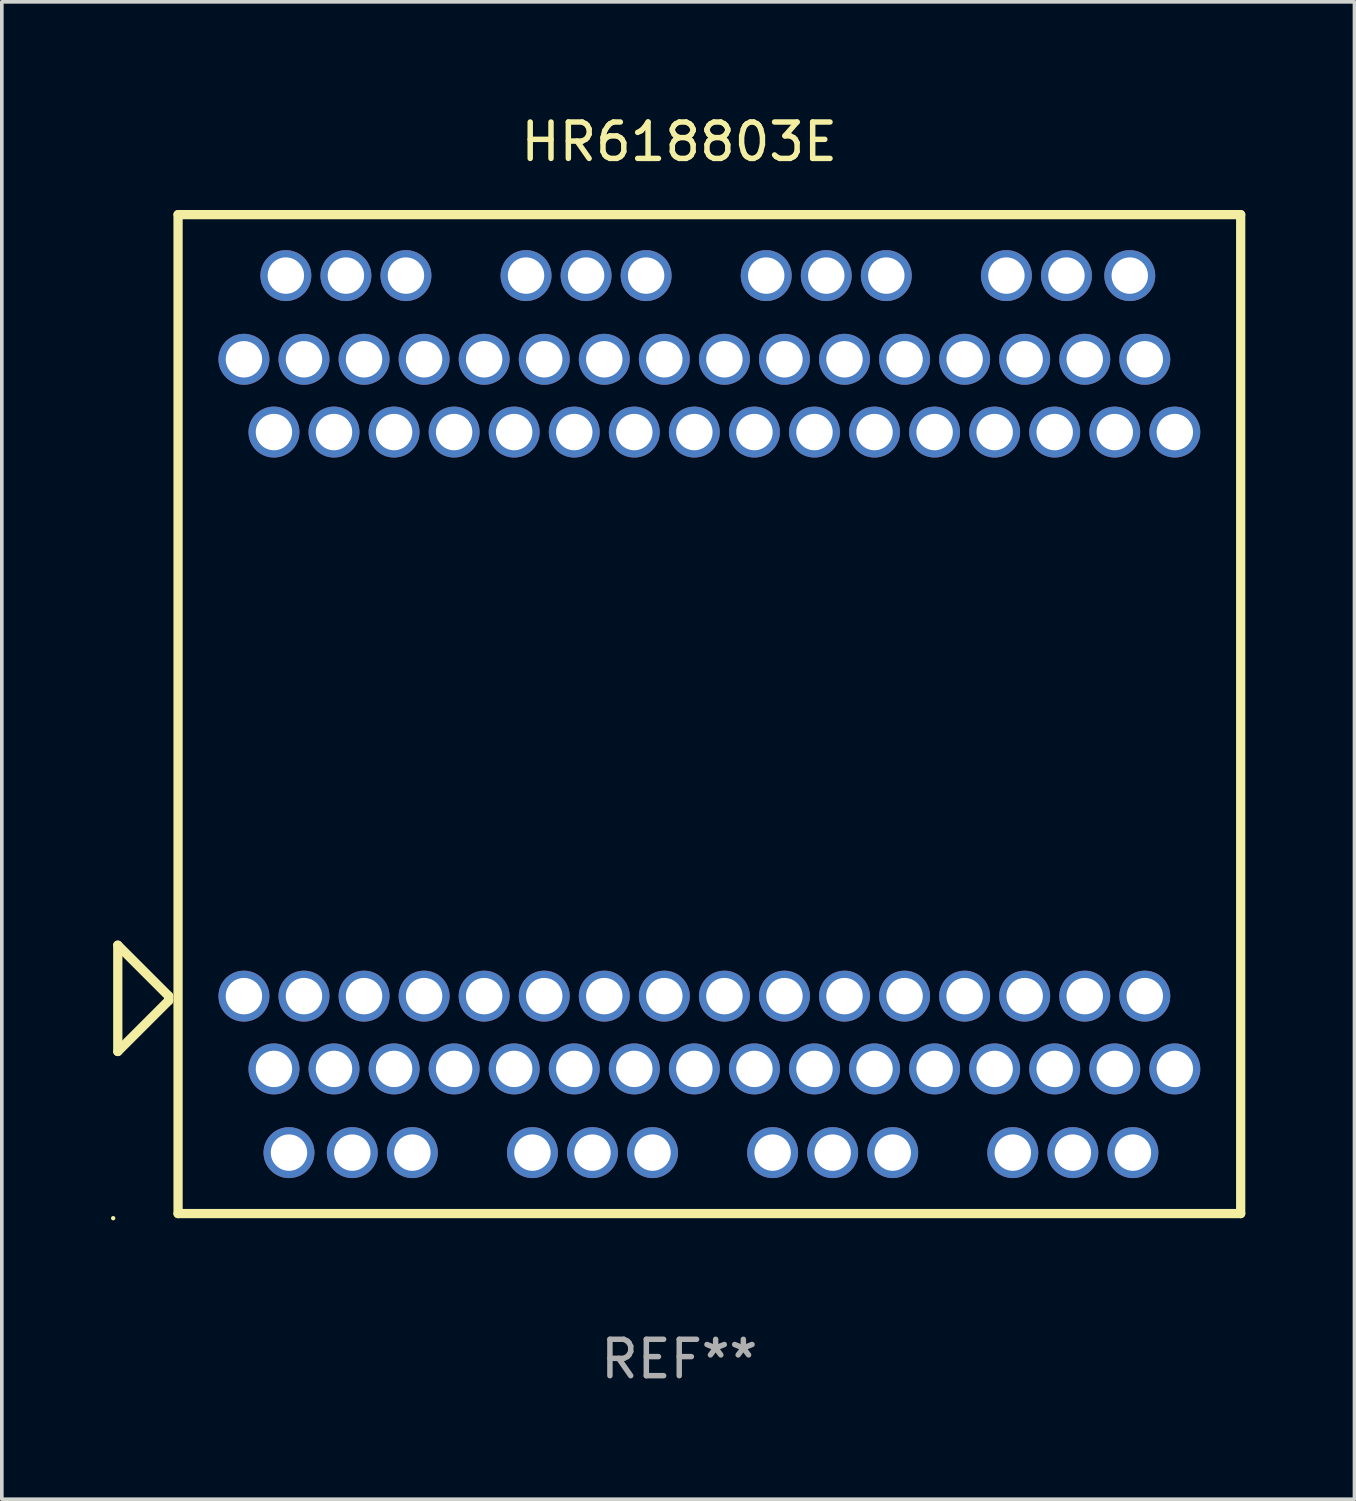
<source format=kicad_pcb>
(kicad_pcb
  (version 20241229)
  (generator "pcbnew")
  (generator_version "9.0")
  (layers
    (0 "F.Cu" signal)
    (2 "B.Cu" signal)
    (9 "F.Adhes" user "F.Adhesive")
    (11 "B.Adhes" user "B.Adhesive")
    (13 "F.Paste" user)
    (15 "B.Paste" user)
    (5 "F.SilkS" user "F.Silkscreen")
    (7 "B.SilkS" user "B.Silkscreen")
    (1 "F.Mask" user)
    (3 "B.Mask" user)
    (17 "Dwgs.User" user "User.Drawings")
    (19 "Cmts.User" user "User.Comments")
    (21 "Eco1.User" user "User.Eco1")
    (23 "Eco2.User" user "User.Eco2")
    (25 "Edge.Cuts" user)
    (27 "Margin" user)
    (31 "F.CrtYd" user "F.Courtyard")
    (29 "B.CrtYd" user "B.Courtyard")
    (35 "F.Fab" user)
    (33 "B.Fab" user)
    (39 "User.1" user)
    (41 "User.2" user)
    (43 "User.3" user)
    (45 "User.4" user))
  (footprint "HR618803E"
    (layer "F.Cu")
    (at 15.615 16.573)
    (property "Reference" "HR618803E" (at 0 -15.725 0) (layer "F.SilkS") (effects (font (size 1 1) (thickness 0.15))))
    (attr through_hole)
    (fp_line (start -15.428 6.35) (end -14.031 7.747) (stroke (width 0.254) (type solid)) (layer "F.SilkS"))
    (fp_line (start -15.428 9.271) (end -15.428 6.35) (stroke (width 0.254) (type solid)) (layer "F.SilkS"))
    (fp_line (start -14.031 7.747) (end -14.031 7.874) (stroke (width 0.254) (type solid)) (layer "F.SilkS"))
    (fp_line (start -14.031 7.874) (end -15.428 9.271) (stroke (width 0.254) (type solid)) (layer "F.SilkS"))
    (fp_line (start -13.772 -13.725) (end -13.772 13.725) (stroke (width 0.254) (type solid)) (layer "F.SilkS"))
    (fp_line (start -13.772 -13.725) (end 15.428 -13.725) (stroke (width 0.254) (type solid)) (layer "F.SilkS"))
    (fp_line (start -13.772 13.725) (end 15.428 13.725) (stroke (width 0.254) (type solid)) (layer "F.SilkS"))
    (fp_line (start 15.428 -13.725) (end 15.428 13.725) (stroke (width 0.254) (type solid)) (layer "F.SilkS"))
    (fp_circle (center -15.555 13.852) (end -15.525 13.852) (stroke (width 0.06) (type solid)) (fill no) (layer "F.SilkS"))
    (fp_text user "REF**" (at 0 17.725 0) (layer "F.Fab") (effects (font (size 1 1) (thickness 0.15))))
    (pad "1" thru_hole circle (at -11.962 7.75) (size 1.4 1.4) (drill 1) (layers "*.Cu" "*.Mask"))
    (pad "2" thru_hole circle (at -11.137 9.75) (size 1.4 1.4) (drill 1) (layers "*.Cu" "*.Mask"))
    (pad "3" thru_hole circle (at -10.312 7.75) (size 1.4 1.4) (drill 1) (layers "*.Cu" "*.Mask"))
    (pad "4" thru_hole circle (at -10.724 12.05) (size 1.4 1.4) (drill 1) (layers "*.Cu" "*.Mask"))
    (pad "5" thru_hole circle (at -8.984 12.05) (size 1.4 1.4) (drill 1) (layers "*.Cu" "*.Mask"))
    (pad "6" thru_hole circle (at -7.334 12.05) (size 1.4 1.4) (drill 1) (layers "*.Cu" "*.Mask"))
    (pad "7" thru_hole circle (at -9.487 9.75) (size 1.4 1.4) (drill 1) (layers "*.Cu" "*.Mask"))
    (pad "8" thru_hole circle (at -8.661 7.75) (size 1.4 1.4) (drill 1) (layers "*.Cu" "*.Mask"))
    (pad "9" thru_hole circle (at -7.836 9.75) (size 1.4 1.4) (drill 1) (layers "*.Cu" "*.Mask"))
    (pad "10" thru_hole circle (at -7.011 7.75) (size 1.4 1.4) (drill 1) (layers "*.Cu" "*.Mask"))
    (pad "11" thru_hole circle (at -6.186 9.75) (size 1.4 1.4) (drill 1) (layers "*.Cu" "*.Mask"))
    (pad "12" thru_hole circle (at -5.361 7.75) (size 1.4 1.4) (drill 1) (layers "*.Cu" "*.Mask"))
    (pad "13" thru_hole circle (at -4.536 9.75) (size 1.4 1.4) (drill 1) (layers "*.Cu" "*.Mask"))
    (pad "14" thru_hole circle (at -3.71 7.75) (size 1.4 1.4) (drill 1) (layers "*.Cu" "*.Mask"))
    (pad "15" thru_hole circle (at -4.034 12.05) (size 1.4 1.4) (drill 1) (layers "*.Cu" "*.Mask"))
    (pad "16" thru_hole circle (at -2.384 12.05) (size 1.4 1.4) (drill 1) (layers "*.Cu" "*.Mask"))
    (pad "17" thru_hole circle (at -0.734 12.05) (size 1.4 1.4) (drill 1) (layers "*.Cu" "*.Mask"))
    (pad "18" thru_hole circle (at -2.885 9.75) (size 1.4 1.4) (drill 1) (layers "*.Cu" "*.Mask"))
    (pad "19" thru_hole circle (at -2.06 7.75) (size 1.4 1.4) (drill 1) (layers "*.Cu" "*.Mask"))
    (pad "20" thru_hole circle (at -1.235 9.75) (size 1.4 1.4) (drill 1) (layers "*.Cu" "*.Mask"))
    (pad "21" thru_hole circle (at -0.41 7.75) (size 1.4 1.4) (drill 1) (layers "*.Cu" "*.Mask"))
    (pad "22" thru_hole circle (at 0.415 9.75) (size 1.4 1.4) (drill 1) (layers "*.Cu" "*.Mask"))
    (pad "23" thru_hole circle (at 1.241 7.75) (size 1.4 1.4) (drill 1) (layers "*.Cu" "*.Mask"))
    (pad "24" thru_hole circle (at 2.066 9.75) (size 1.4 1.4) (drill 1) (layers "*.Cu" "*.Mask"))
    (pad "25" thru_hole circle (at 2.891 7.75) (size 1.4 1.4) (drill 1) (layers "*.Cu" "*.Mask"))
    (pad "26" thru_hole circle (at 3.716 9.75) (size 1.4 1.4) (drill 1) (layers "*.Cu" "*.Mask"))
    (pad "27" thru_hole circle (at 4.541 7.75) (size 1.4 1.4) (drill 1) (layers "*.Cu" "*.Mask"))
    (pad "28" thru_hole circle (at 2.566 12.05) (size 1.4 1.4) (drill 1) (layers "*.Cu" "*.Mask"))
    (pad "29" thru_hole circle (at 4.216 12.05) (size 1.4 1.4) (drill 1) (layers "*.Cu" "*.Mask"))
    (pad "30" thru_hole circle (at 5.866 12.05) (size 1.4 1.4) (drill 1) (layers "*.Cu" "*.Mask"))
    (pad "31" thru_hole circle (at 5.366 9.75) (size 1.4 1.4) (drill 1) (layers "*.Cu" "*.Mask"))
    (pad "32" thru_hole circle (at 6.192 7.75) (size 1.4 1.4) (drill 1) (layers "*.Cu" "*.Mask"))
    (pad "33" thru_hole circle (at 7.017 9.75) (size 1.4 1.4) (drill 1) (layers "*.Cu" "*.Mask"))
    (pad "34" thru_hole circle (at 7.842 7.75) (size 1.4 1.4) (drill 1) (layers "*.Cu" "*.Mask"))
    (pad "35" thru_hole circle (at 8.667 9.75) (size 1.4 1.4) (drill 1) (layers "*.Cu" "*.Mask"))
    (pad "36" thru_hole circle (at 9.492 7.75) (size 1.4 1.4) (drill 1) (layers "*.Cu" "*.Mask"))
    (pad "37" thru_hole circle (at 10.317 9.75) (size 1.4 1.4) (drill 1) (layers "*.Cu" "*.Mask"))
    (pad "38" thru_hole circle (at 11.143 7.75) (size 1.4 1.4) (drill 1) (layers "*.Cu" "*.Mask"))
    (pad "39" thru_hole circle (at 9.166 12.05) (size 1.4 1.4) (drill 1) (layers "*.Cu" "*.Mask"))
    (pad "40" thru_hole circle (at 10.816 12.05) (size 1.4 1.4) (drill 1) (layers "*.Cu" "*.Mask"))
    (pad "41" thru_hole circle (at 12.466 12.05) (size 1.4 1.4) (drill 1) (layers "*.Cu" "*.Mask"))
    (pad "42" thru_hole circle (at 11.968 9.75) (size 1.4 1.4) (drill 1) (layers "*.Cu" "*.Mask"))
    (pad "43" thru_hole circle (at 12.793 7.75) (size 1.4 1.4) (drill 1) (layers "*.Cu" "*.Mask"))
    (pad "44" thru_hole circle (at 13.618 9.75) (size 1.4 1.4) (drill 1) (layers "*.Cu" "*.Mask"))
    (pad "45" thru_hole circle (at 13.618 -7.75) (size 1.4 1.4) (drill 1) (layers "*.Cu" "*.Mask"))
    (pad "46" thru_hole circle (at 12.793 -9.75) (size 1.4 1.4) (drill 1) (layers "*.Cu" "*.Mask"))
    (pad "47" thru_hole circle (at 11.968 -7.75) (size 1.4 1.4) (drill 1) (layers "*.Cu" "*.Mask"))
    (pad "48" thru_hole circle (at 12.38 -12.05) (size 1.4 1.4) (drill 1) (layers "*.Cu" "*.Mask"))
    (pad "49" thru_hole circle (at 10.64 -12.05) (size 1.4 1.4) (drill 1) (layers "*.Cu" "*.Mask"))
    (pad "50" thru_hole circle (at 8.99 -12.05) (size 1.4 1.4) (drill 1) (layers "*.Cu" "*.Mask"))
    (pad "51" thru_hole circle (at 11.143 -9.75) (size 1.4 1.4) (drill 1) (layers "*.Cu" "*.Mask"))
    (pad "52" thru_hole circle (at 10.317 -7.75) (size 1.4 1.4) (drill 1) (layers "*.Cu" "*.Mask"))
    (pad "53" thru_hole circle (at 9.492 -9.75) (size 1.4 1.4) (drill 1) (layers "*.Cu" "*.Mask"))
    (pad "54" thru_hole circle (at 8.667 -7.75) (size 1.4 1.4) (drill 1) (layers "*.Cu" "*.Mask"))
    (pad "55" thru_hole circle (at 7.842 -9.75) (size 1.4 1.4) (drill 1) (layers "*.Cu" "*.Mask"))
    (pad "56" thru_hole circle (at 7.017 -7.75) (size 1.4 1.4) (drill 1) (layers "*.Cu" "*.Mask"))
    (pad "57" thru_hole circle (at 6.192 -9.75) (size 1.4 1.4) (drill 1) (layers "*.Cu" "*.Mask"))
    (pad "58" thru_hole circle (at 5.366 -7.75) (size 1.4 1.4) (drill 1) (layers "*.Cu" "*.Mask"))
    (pad "59" thru_hole circle (at 5.69 -12.05) (size 1.4 1.4) (drill 1) (layers "*.Cu" "*.Mask"))
    (pad "60" thru_hole circle (at 4.04 -12.05) (size 1.4 1.4) (drill 1) (layers "*.Cu" "*.Mask"))
    (pad "61" thru_hole circle (at 2.39 -12.05) (size 1.4 1.4) (drill 1) (layers "*.Cu" "*.Mask"))
    (pad "62" thru_hole circle (at 4.541 -9.75) (size 1.4 1.4) (drill 1) (layers "*.Cu" "*.Mask"))
    (pad "63" thru_hole circle (at 3.716 -7.75) (size 1.4 1.4) (drill 1) (layers "*.Cu" "*.Mask"))
    (pad "64" thru_hole circle (at 2.891 -9.75) (size 1.4 1.4) (drill 1) (layers "*.Cu" "*.Mask"))
    (pad "65" thru_hole circle (at 2.066 -7.75) (size 1.4 1.4) (drill 1) (layers "*.Cu" "*.Mask"))
    (pad "66" thru_hole circle (at 1.241 -9.75) (size 1.4 1.4) (drill 1) (layers "*.Cu" "*.Mask"))
    (pad "67" thru_hole circle (at 0.415 -7.75) (size 1.4 1.4) (drill 1) (layers "*.Cu" "*.Mask"))
    (pad "68" thru_hole circle (at -0.41 -9.75) (size 1.4 1.4) (drill 1) (layers "*.Cu" "*.Mask"))
    (pad "69" thru_hole circle (at -1.235 -7.75) (size 1.4 1.4) (drill 1) (layers "*.Cu" "*.Mask"))
    (pad "70" thru_hole circle (at -2.06 -9.75) (size 1.4 1.4) (drill 1) (layers "*.Cu" "*.Mask"))
    (pad "71" thru_hole circle (at -2.885 -7.75) (size 1.4 1.4) (drill 1) (layers "*.Cu" "*.Mask"))
    (pad "72" thru_hole circle (at -0.91 -12.05) (size 1.4 1.4) (drill 1) (layers "*.Cu" "*.Mask"))
    (pad "73" thru_hole circle (at -2.56 -12.05) (size 1.4 1.4) (drill 1) (layers "*.Cu" "*.Mask"))
    (pad "74" thru_hole circle (at -4.21 -12.05) (size 1.4 1.4) (drill 1) (layers "*.Cu" "*.Mask"))
    (pad "75" thru_hole circle (at -3.71 -9.75) (size 1.4 1.4) (drill 1) (layers "*.Cu" "*.Mask"))
    (pad "76" thru_hole circle (at -4.536 -7.75) (size 1.4 1.4) (drill 1) (layers "*.Cu" "*.Mask"))
    (pad "77" thru_hole circle (at -5.361 -9.75) (size 1.4 1.4) (drill 1) (layers "*.Cu" "*.Mask"))
    (pad "78" thru_hole circle (at -6.186 -7.75) (size 1.4 1.4) (drill 1) (layers "*.Cu" "*.Mask"))
    (pad "79" thru_hole circle (at -7.011 -9.75) (size 1.4 1.4) (drill 1) (layers "*.Cu" "*.Mask"))
    (pad "80" thru_hole circle (at -7.836 -7.75) (size 1.4 1.4) (drill 1) (layers "*.Cu" "*.Mask"))
    (pad "81" thru_hole circle (at -8.661 -9.75) (size 1.4 1.4) (drill 1) (layers "*.Cu" "*.Mask"))
    (pad "82" thru_hole circle (at -9.487 -7.75) (size 1.4 1.4) (drill 1) (layers "*.Cu" "*.Mask"))
    (pad "83" thru_hole circle (at -7.51 -12.05) (size 1.4 1.4) (drill 1) (layers "*.Cu" "*.Mask"))
    (pad "84" thru_hole circle (at -9.16 -12.05) (size 1.4 1.4) (drill 1) (layers "*.Cu" "*.Mask"))
    (pad "85" thru_hole circle (at -10.81 -12.05) (size 1.4 1.4) (drill 1) (layers "*.Cu" "*.Mask"))
    (pad "86" thru_hole circle (at -10.312 -9.75) (size 1.4 1.4) (drill 1) (layers "*.Cu" "*.Mask"))
    (pad "87" thru_hole circle (at -11.137 -7.75) (size 1.4 1.4) (drill 1) (layers "*.Cu" "*.Mask"))
    (pad "88" thru_hole circle (at -11.962 -9.75) (size 1.4 1.4) (drill 1) (layers "*.Cu" "*.Mask")))
  (gr_rect
    (start -3 -3)
    (end 34.17 38.147)
    (stroke (width 0.1) (type default))
    (fill no)
    (layer "Edge.Cuts")))
</source>
